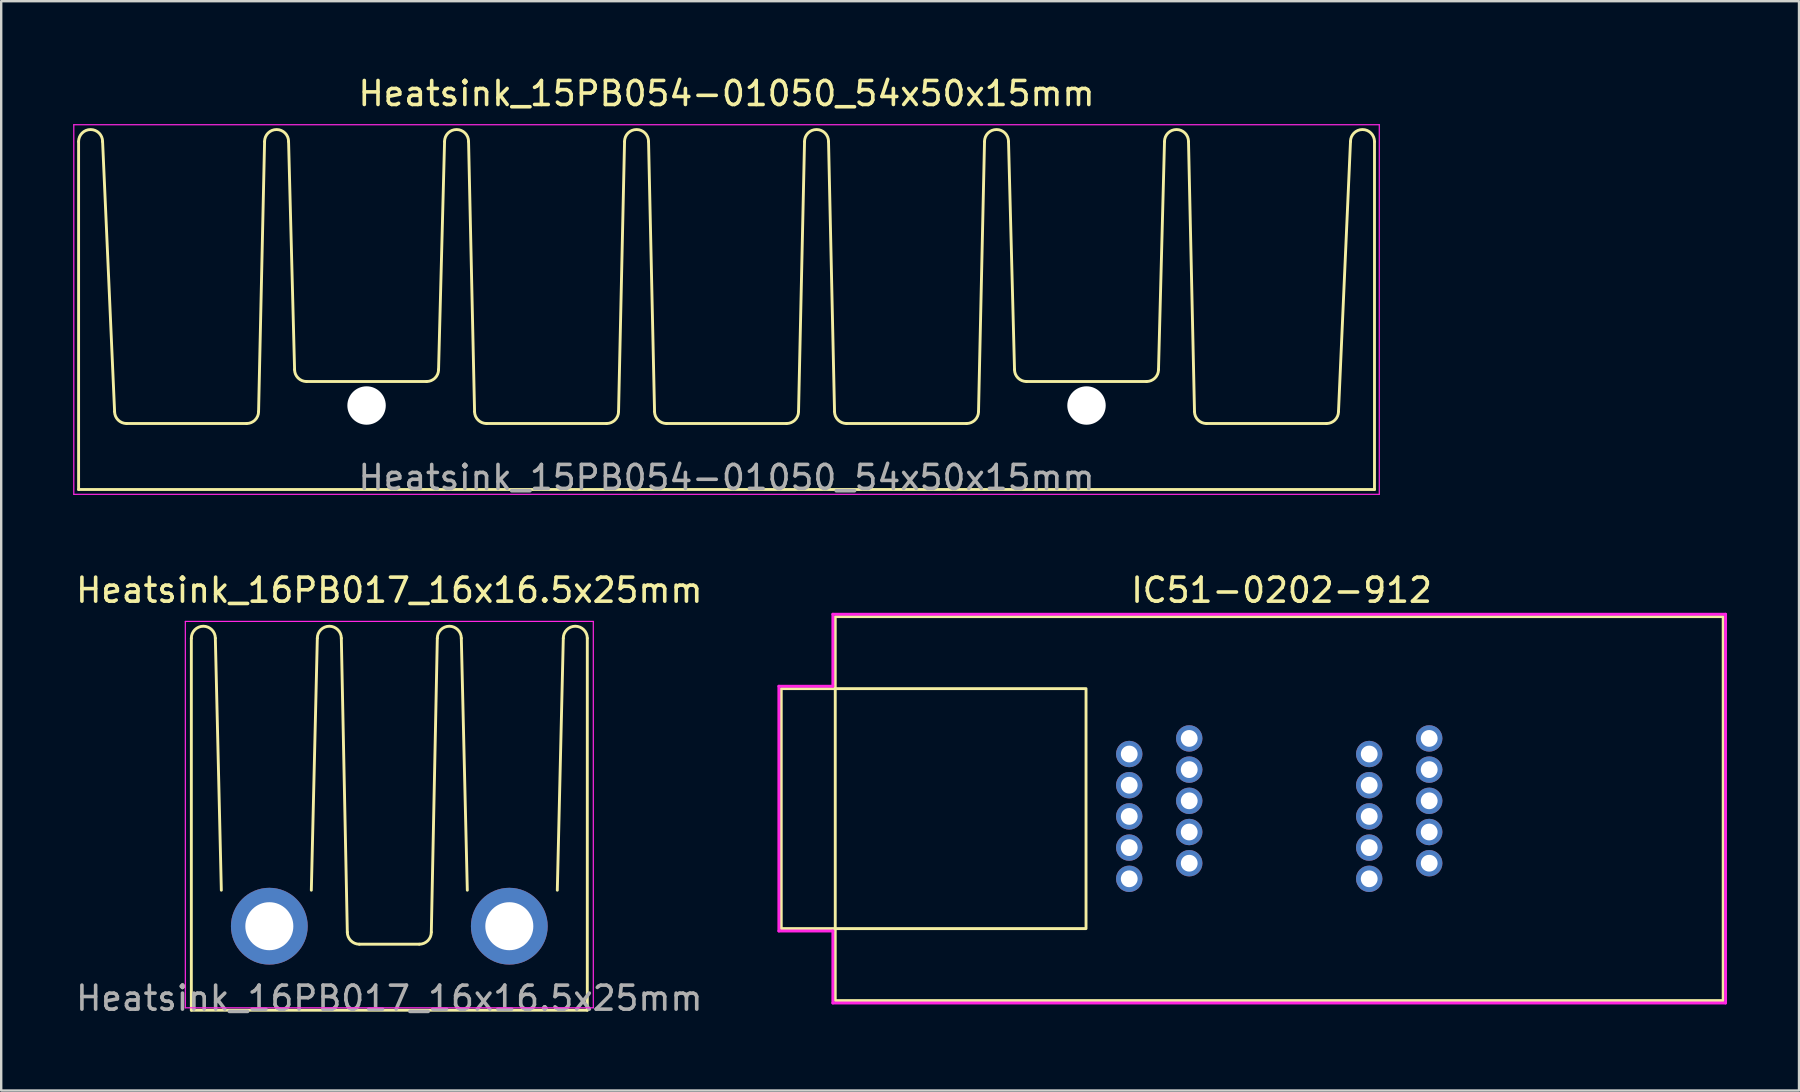
<source format=kicad_pcb>
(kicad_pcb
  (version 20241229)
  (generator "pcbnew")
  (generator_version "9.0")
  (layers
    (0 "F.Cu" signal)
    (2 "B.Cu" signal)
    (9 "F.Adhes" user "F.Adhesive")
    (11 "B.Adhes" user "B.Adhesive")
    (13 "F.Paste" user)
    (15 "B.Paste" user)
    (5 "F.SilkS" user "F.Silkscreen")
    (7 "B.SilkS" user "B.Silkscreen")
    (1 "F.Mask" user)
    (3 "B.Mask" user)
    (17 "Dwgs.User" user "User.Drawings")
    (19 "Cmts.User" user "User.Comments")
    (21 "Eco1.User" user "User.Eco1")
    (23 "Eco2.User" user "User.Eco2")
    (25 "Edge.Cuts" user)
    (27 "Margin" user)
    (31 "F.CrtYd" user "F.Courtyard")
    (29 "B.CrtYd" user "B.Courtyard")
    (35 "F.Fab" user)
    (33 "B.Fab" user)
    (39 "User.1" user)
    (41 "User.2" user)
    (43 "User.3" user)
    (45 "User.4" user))
  (footprint "Heatsink_15PB054-01050_54x50x15mm"
    (layer "F.Cu")
    (at 27.225 13.848)
    (property "Reference" "Heatsink_15PB054-01050_54x50x15mm" (at 0 -13 0) (layer "F.SilkS") (effects (font (size 1 1) (thickness 0.15))))
    (attr through_hole)
    (fp_line (start -27 3.5) (end -27 -11) (stroke (width 0.12) (type solid)) (layer "F.SilkS"))
    (fp_line (start -27 3.5) (end 27 3.5) (stroke (width 0.12) (type solid)) (layer "F.SilkS"))
    (fp_line (start -25.5 0.25) (end -26 -11) (stroke (width 0.12) (type solid)) (layer "F.SilkS"))
    (fp_line (start -25 0.75) (end -20 0.75) (stroke (width 0.12) (type solid)) (layer "F.SilkS"))
    (fp_line (start -19.5 0.25) (end -19.25 -11) (stroke (width 0.12) (type solid)) (layer "F.SilkS"))
    (fp_line (start -18 -1.5) (end -18.25 -11) (stroke (width 0.12) (type solid)) (layer "F.SilkS"))
    (fp_line (start -12.5 -1) (end -17.5 -1) (stroke (width 0.12) (type solid)) (layer "F.SilkS"))
    (fp_line (start -12 -1.5) (end -11.75 -11) (stroke (width 0.12) (type solid)) (layer "F.SilkS"))
    (fp_line (start -10.5 0.25) (end -10.75 -11) (stroke (width 0.12) (type solid)) (layer "F.SilkS"))
    (fp_line (start -10 0.75) (end -5 0.75) (stroke (width 0.12) (type solid)) (layer "F.SilkS"))
    (fp_line (start -4.5 0.25) (end -4.25 -11) (stroke (width 0.12) (type solid)) (layer "F.SilkS"))
    (fp_line (start -3 0.25) (end -3.25 -11) (stroke (width 0.12) (type solid)) (layer "F.SilkS"))
    (fp_line (start -2.5 0.75) (end 2.5 0.75) (stroke (width 0.12) (type solid)) (layer "F.SilkS"))
    (fp_line (start 3 0.25) (end 3.25 -11) (stroke (width 0.12) (type solid)) (layer "F.SilkS"))
    (fp_line (start 4.5 0.25) (end 4.25 -11) (stroke (width 0.12) (type solid)) (layer "F.SilkS"))
    (fp_line (start 10 0.75) (end 5 0.75) (stroke (width 0.12) (type solid)) (layer "F.SilkS"))
    (fp_line (start 10.5 0.25) (end 10.75 -11) (stroke (width 0.12) (type solid)) (layer "F.SilkS"))
    (fp_line (start 12 -1.5) (end 11.75 -11) (stroke (width 0.12) (type solid)) (layer "F.SilkS"))
    (fp_line (start 12.5 -1) (end 17.5 -1) (stroke (width 0.12) (type solid)) (layer "F.SilkS"))
    (fp_line (start 18 -1.5) (end 18.25 -11) (stroke (width 0.12) (type solid)) (layer "F.SilkS"))
    (fp_line (start 19.5 0.25) (end 19.25 -11) (stroke (width 0.12) (type solid)) (layer "F.SilkS"))
    (fp_line (start 20 0.75) (end 25 0.75) (stroke (width 0.12) (type solid)) (layer "F.SilkS"))
    (fp_line (start 25.5 0.25) (end 26 -11) (stroke (width 0.12) (type solid)) (layer "F.SilkS"))
    (fp_line (start 27 3.5) (end 27 -11) (stroke (width 0.12) (type solid)) (layer "F.SilkS"))
    (fp_arc (start -27 -11) (mid -26.5 -11.5) (end -26 -11) (stroke (width 0.12) (type solid)) (layer "F.SilkS"))
    (fp_arc (start -25 0.75) (mid -25.353553 0.603553) (end -25.5 0.25) (stroke (width 0.12) (type solid)) (layer "F.SilkS"))
    (fp_arc (start -19.5 0.25) (mid -19.646447 0.603553) (end -20 0.75) (stroke (width 0.12) (type solid)) (layer "F.SilkS"))
    (fp_arc (start -19.25 -11) (mid -18.75 -11.5) (end -18.25 -11) (stroke (width 0.12) (type solid)) (layer "F.SilkS"))
    (fp_arc (start -17.5 -1) (mid -17.853553 -1.146447) (end -18 -1.5) (stroke (width 0.12) (type solid)) (layer "F.SilkS"))
    (fp_arc (start -12 -1.5) (mid -12.146447 -1.146447) (end -12.5 -1) (stroke (width 0.12) (type solid)) (layer "F.SilkS"))
    (fp_arc (start -11.75 -11) (mid -11.25 -11.5) (end -10.75 -11) (stroke (width 0.12) (type solid)) (layer "F.SilkS"))
    (fp_arc (start -10 0.75) (mid -10.353553 0.603553) (end -10.5 0.25) (stroke (width 0.12) (type solid)) (layer "F.SilkS"))
    (fp_arc (start -4.5 0.25) (mid -4.646447 0.603553) (end -5 0.75) (stroke (width 0.12) (type solid)) (layer "F.SilkS"))
    (fp_arc (start -4.25 -11) (mid -3.75 -11.5) (end -3.25 -11) (stroke (width 0.12) (type solid)) (layer "F.SilkS"))
    (fp_arc (start -2.5 0.75) (mid -2.853553 0.603553) (end -3 0.25) (stroke (width 0.12) (type solid)) (layer "F.SilkS"))
    (fp_arc (start 3 0.25) (mid 2.853553 0.603553) (end 2.5 0.75) (stroke (width 0.12) (type solid)) (layer "F.SilkS"))
    (fp_arc (start 3.25 -11) (mid 3.75 -11.5) (end 4.25 -11) (stroke (width 0.12) (type solid)) (layer "F.SilkS"))
    (fp_arc (start 5 0.75) (mid 4.646447 0.603553) (end 4.5 0.25) (stroke (width 0.12) (type solid)) (layer "F.SilkS"))
    (fp_arc (start 10.5 0.25) (mid 10.353553 0.603553) (end 10 0.75) (stroke (width 0.12) (type solid)) (layer "F.SilkS"))
    (fp_arc (start 10.75 -11) (mid 11.25 -11.5) (end 11.75 -11) (stroke (width 0.12) (type solid)) (layer "F.SilkS"))
    (fp_arc (start 12.5 -1) (mid 12.146447 -1.146447) (end 12 -1.5) (stroke (width 0.12) (type solid)) (layer "F.SilkS"))
    (fp_arc (start 18 -1.5) (mid 17.853553 -1.146447) (end 17.5 -1) (stroke (width 0.12) (type solid)) (layer "F.SilkS"))
    (fp_arc (start 18.25 -11) (mid 18.75 -11.5) (end 19.25 -11) (stroke (width 0.12) (type solid)) (layer "F.SilkS"))
    (fp_arc (start 20 0.75) (mid 19.646447 0.603553) (end 19.5 0.25) (stroke (width 0.12) (type solid)) (layer "F.SilkS"))
    (fp_arc (start 25.5 0.25) (mid 25.353553 0.603553) (end 25 0.75) (stroke (width 0.12) (type solid)) (layer "F.SilkS"))
    (fp_arc (start 26 -11) (mid 26.5 -11.5) (end 27 -11) (stroke (width 0.12) (type solid)) (layer "F.SilkS"))
    (fp_line (start -27.2 -11.7) (end -27.2 3.7) (stroke (width 0.05) (type solid)) (layer "F.CrtYd"))
    (fp_line (start -27.2 3.7) (end 27.2 3.7) (stroke (width 0.05) (type solid)) (layer "F.CrtYd"))
    (fp_line (start 27.2 -11.7) (end -27.2 -11.7) (stroke (width 0.05) (type solid)) (layer "F.CrtYd"))
    (fp_line (start 27.2 3.7) (end 27.2 -11.7) (stroke (width 0.05) (type solid)) (layer "F.CrtYd"))
    (fp_text user "${REFERENCE}" (at 0 3 0) (layer "F.Fab") (effects (font (size 1 1) (thickness 0.15))))
    (pad "" np_thru_hole circle (at -15 0) (size 1.6 1.6) (drill 1.6) (layers "*.Cu" "*.Mask"))
    (pad "" np_thru_hole circle (at 15 0) (size 1.6 1.6) (drill 1.6) (layers "*.Cu" "*.Mask")))
  (footprint "IC51-0202-912"
    (layer "F.Cu")
    (at 46.505 27.72)
    (property "Reference" "IC51-0202-912" (at 3.85 -6.175 0) (unlocked yes) (layer "F.SilkS") (effects (font (size 1 1) (thickness 0.15))))
    (attr through_hole)
    (fp_rect (start -17 -2.075) (end -4.3 7.925) (stroke (width 0.12) (type default)) (fill no) (layer "F.SilkS"))
    (fp_rect (start -14.75 -5.075) (end 22.25 10.925) (stroke (width 0.12) (type default)) (fill no) (layer "F.SilkS"))
    (fp_line (start -17.1 -2.175) (end -17.1 8.025) (stroke (width 0.12) (type default)) (layer "F.CrtYd"))
    (fp_line (start -17.1 8.025) (end -14.85 8.025) (stroke (width 0.12) (type default)) (layer "F.CrtYd"))
    (fp_line (start -14.85 -5.175) (end 22.35 -5.175) (stroke (width 0.12) (type default)) (layer "F.CrtYd"))
    (fp_line (start -14.85 -2.175) (end -17.1 -2.175) (stroke (width 0.12) (type default)) (layer "F.CrtYd"))
    (fp_line (start -14.85 -2.175) (end -14.85 -5.175) (stroke (width 0.12) (type default)) (layer "F.CrtYd"))
    (fp_line (start -14.85 11.025) (end -14.85 8.025) (stroke (width 0.12) (type default)) (layer "F.CrtYd"))
    (fp_line (start 22.35 -5.175) (end 22.35 11.025) (stroke (width 0.12) (type default)) (layer "F.CrtYd"))
    (fp_line (start 22.35 11.025) (end -14.85 11.025) (stroke (width 0.12) (type default)) (layer "F.CrtYd"))
    (pad "1" thru_hole circle (at 0 0) (size 1.1 1.1) (drill 0.7) (layers "*.Cu" "*.Mask"))
    (pad "2" thru_hole circle (at -2.5 0.65) (size 1.1 1.1) (drill 0.7) (layers "*.Cu" "*.Mask"))
    (pad "3" thru_hole circle (at 0 1.3) (size 1.1 1.1) (drill 0.7) (layers "*.Cu" "*.Mask"))
    (pad "4" thru_hole circle (at -2.5 1.95) (size 1.1 1.1) (drill 0.7) (layers "*.Cu" "*.Mask"))
    (pad "5" thru_hole circle (at 0 2.6) (size 1.1 1.1) (drill 0.7) (layers "*.Cu" "*.Mask"))
    (pad "6" thru_hole circle (at -2.5 3.25) (size 1.1 1.1) (drill 0.7) (layers "*.Cu" "*.Mask"))
    (pad "7" thru_hole circle (at 0 3.9) (size 1.1 1.1) (drill 0.7) (layers "*.Cu" "*.Mask"))
    (pad "8" thru_hole circle (at -2.5 4.55) (size 1.1 1.1) (drill 0.7) (layers "*.Cu" "*.Mask"))
    (pad "9" thru_hole circle (at 0 5.2) (size 1.1 1.1) (drill 0.7) (layers "*.Cu" "*.Mask"))
    (pad "10" thru_hole circle (at -2.5 5.85) (size 1.1 1.1) (drill 0.7) (layers "*.Cu" "*.Mask"))
    (pad "11" thru_hole circle (at 7.5 5.85) (size 1.1 1.1) (drill 0.7) (layers "*.Cu" "*.Mask"))
    (pad "12" thru_hole circle (at 10 5.2) (size 1.1 1.1) (drill 0.7) (layers "*.Cu" "*.Mask"))
    (pad "13" thru_hole circle (at 7.5 4.55) (size 1.1 1.1) (drill 0.7) (layers "*.Cu" "*.Mask"))
    (pad "14" thru_hole circle (at 10 3.9) (size 1.1 1.1) (drill 0.7) (layers "*.Cu" "*.Mask"))
    (pad "15" thru_hole circle (at 7.5 3.25) (size 1.1 1.1) (drill 0.7) (layers "*.Cu" "*.Mask"))
    (pad "16" thru_hole circle (at 10 2.6) (size 1.1 1.1) (drill 0.7) (layers "*.Cu" "*.Mask"))
    (pad "17" thru_hole circle (at 7.5 1.95) (size 1.1 1.1) (drill 0.7) (layers "*.Cu" "*.Mask"))
    (pad "18" thru_hole circle (at 10 1.3) (size 1.1 1.1) (drill 0.7) (layers "*.Cu" "*.Mask"))
    (pad "19" thru_hole circle (at 7.5 0.65) (size 1.1 1.1) (drill 0.7) (layers "*.Cu" "*.Mask"))
    (pad "20" thru_hole circle (at 10 0) (size 1.1 1.1) (drill 0.7) (layers "*.Cu" "*.Mask")))
  (footprint "Heatsink_16PB017_16x16.5x25mm"
    (layer "F.Cu")
    (at 13.173 35.545)
    (property "Reference" "Heatsink_16PB017_16x16.5x25mm" (at 0 -14 0) (layer "F.SilkS") (effects (font (size 1 1) (thickness 0.15))))
    (attr through_hole)
    (fp_line (start -8.25 3.5) (end -8.25 -12) (stroke (width 0.12) (type solid)) (layer "F.SilkS"))
    (fp_line (start -8.25 3.5) (end 8.25 3.5) (stroke (width 0.12) (type solid)) (layer "F.SilkS"))
    (fp_line (start -7 -1.5) (end -7.25 -12) (stroke (width 0.12) (type solid)) (layer "F.SilkS"))
    (fp_line (start -3.25 -1.5) (end -3 -12) (stroke (width 0.12) (type solid)) (layer "F.SilkS"))
    (fp_line (start -1.75 0.25) (end -2 -12) (stroke (width 0.12) (type solid)) (layer "F.SilkS"))
    (fp_line (start -1.25 0.75) (end 1.25 0.75) (stroke (width 0.12) (type solid)) (layer "F.SilkS"))
    (fp_line (start 1.75 0.25) (end 2 -12) (stroke (width 0.12) (type solid)) (layer "F.SilkS"))
    (fp_line (start 3.25 -1.5) (end 3 -12) (stroke (width 0.12) (type solid)) (layer "F.SilkS"))
    (fp_line (start 7 -1.5) (end 7.25 -12) (stroke (width 0.12) (type solid)) (layer "F.SilkS"))
    (fp_line (start 8.25 3.5) (end 8.25 -12) (stroke (width 0.12) (type solid)) (layer "F.SilkS"))
    (fp_arc (start -8.25 -12) (mid -7.75 -12.5) (end -7.25 -12) (stroke (width 0.12) (type solid)) (layer "F.SilkS"))
    (fp_arc (start -3 -12) (mid -2.5 -12.5) (end -2 -12) (stroke (width 0.12) (type solid)) (layer "F.SilkS"))
    (fp_arc (start -1.25 0.75) (mid -1.603553 0.603553) (end -1.75 0.25) (stroke (width 0.12) (type solid)) (layer "F.SilkS"))
    (fp_arc (start 1.75 0.25) (mid 1.603553 0.603553) (end 1.25 0.75) (stroke (width 0.12) (type solid)) (layer "F.SilkS"))
    (fp_arc (start 2 -12) (mid 2.5 -12.5) (end 3 -12) (stroke (width 0.12) (type solid)) (layer "F.SilkS"))
    (fp_arc (start 7.25 -12) (mid 7.75 -12.5) (end 8.25 -12) (stroke (width 0.12) (type solid)) (layer "F.SilkS"))
    (fp_line (start -8.5 -12.7) (end -8.5 3.4) (stroke (width 0.05) (type solid)) (layer "F.CrtYd"))
    (fp_line (start -8.5 3.4) (end 8.5 3.4) (stroke (width 0.05) (type solid)) (layer "F.CrtYd"))
    (fp_line (start 8.5 -12.7) (end -8.5 -12.7) (stroke (width 0.05) (type solid)) (layer "F.CrtYd"))
    (fp_line (start 8.5 3.4) (end 8.5 -12.7) (stroke (width 0.05) (type solid)) (layer "F.CrtYd"))
    (fp_text user "${REFERENCE}" (at 0 3 0) (layer "F.Fab") (effects (font (size 1 1) (thickness 0.15))))
    (pad "1" thru_hole circle (at -5 0) (size 3.2 3.2) (drill 2) (layers "*.Cu" "*.Mask"))
    (pad "1" thru_hole circle (at 5 0) (size 3.2 3.2) (drill 2) (layers "*.Cu" "*.Mask")))
  (gr_rect
    (start -3 -3)
    (end 71.915 42.393)
    (stroke (width 0.1) (type default))
    (fill no)
    (layer "Edge.Cuts")))
</source>
